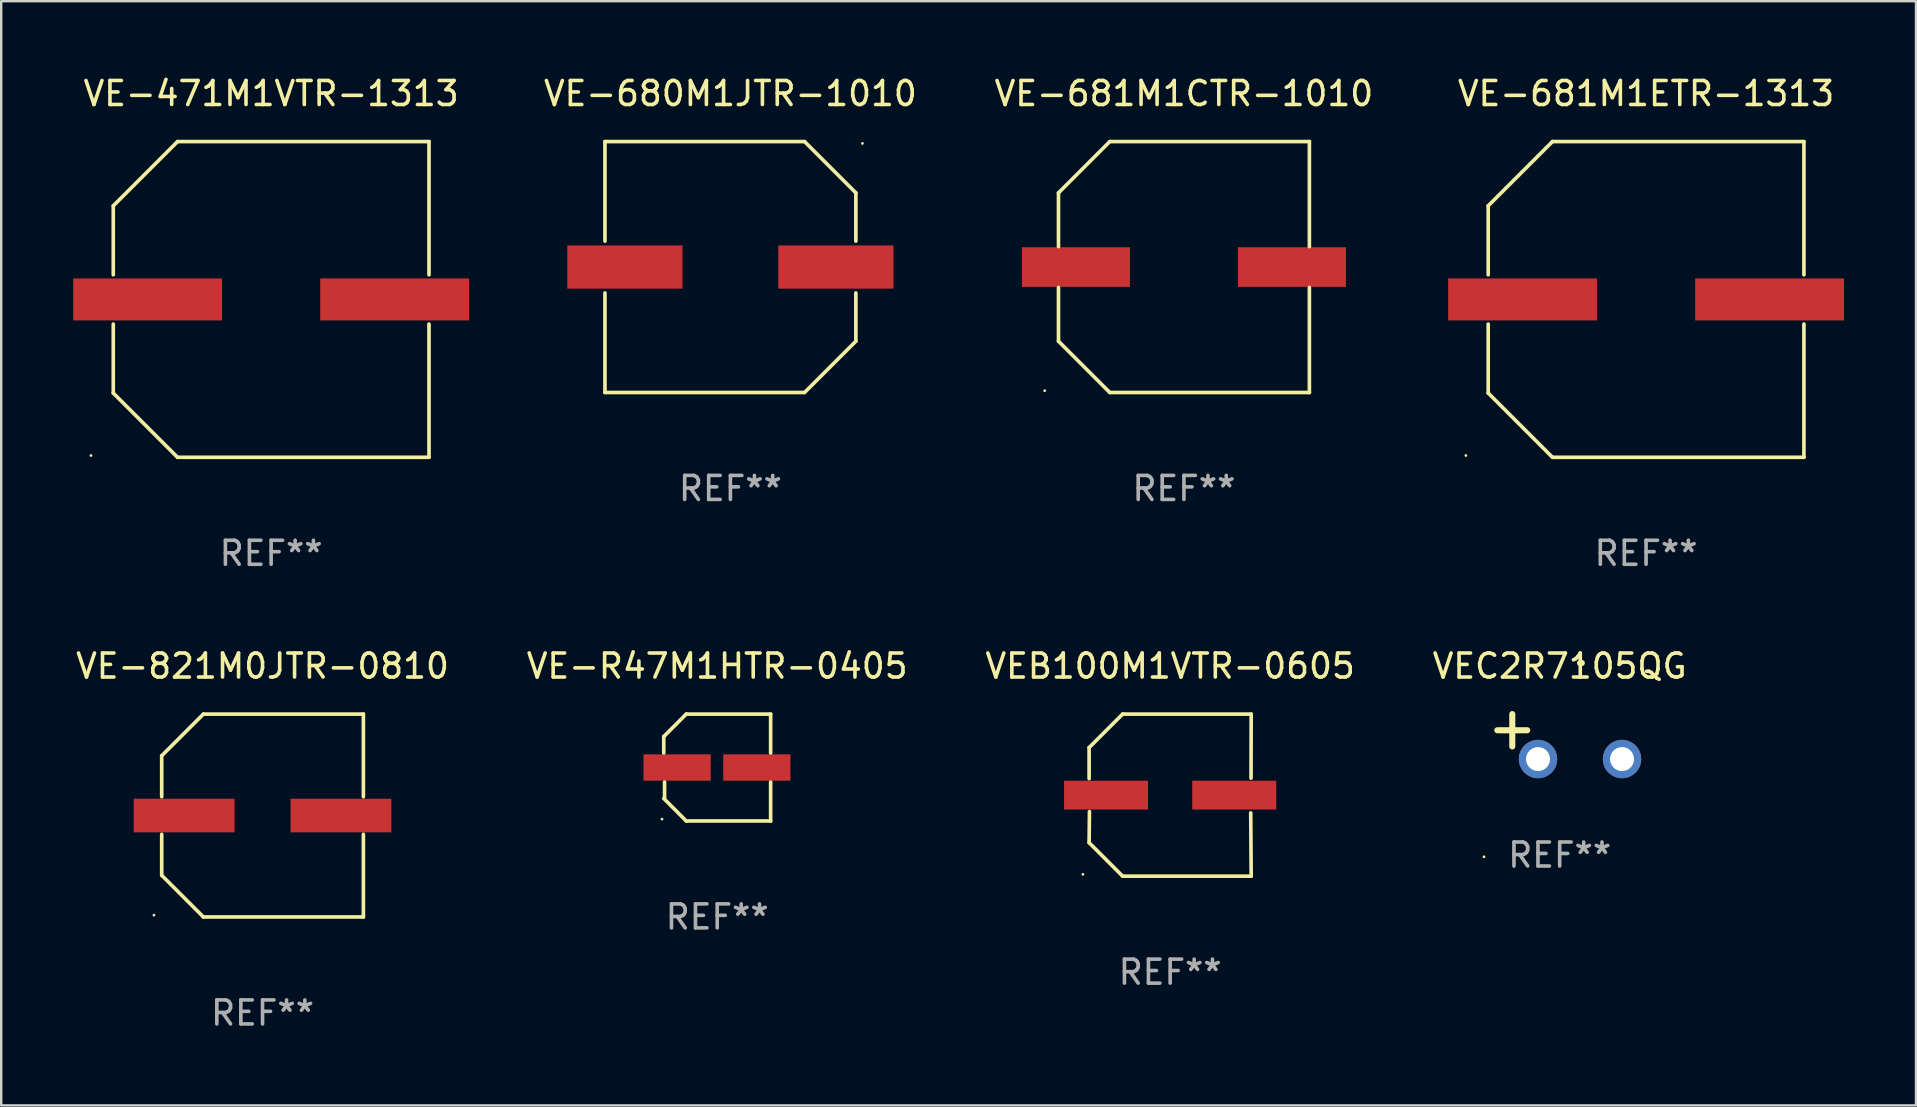
<source format=kicad_pcb>
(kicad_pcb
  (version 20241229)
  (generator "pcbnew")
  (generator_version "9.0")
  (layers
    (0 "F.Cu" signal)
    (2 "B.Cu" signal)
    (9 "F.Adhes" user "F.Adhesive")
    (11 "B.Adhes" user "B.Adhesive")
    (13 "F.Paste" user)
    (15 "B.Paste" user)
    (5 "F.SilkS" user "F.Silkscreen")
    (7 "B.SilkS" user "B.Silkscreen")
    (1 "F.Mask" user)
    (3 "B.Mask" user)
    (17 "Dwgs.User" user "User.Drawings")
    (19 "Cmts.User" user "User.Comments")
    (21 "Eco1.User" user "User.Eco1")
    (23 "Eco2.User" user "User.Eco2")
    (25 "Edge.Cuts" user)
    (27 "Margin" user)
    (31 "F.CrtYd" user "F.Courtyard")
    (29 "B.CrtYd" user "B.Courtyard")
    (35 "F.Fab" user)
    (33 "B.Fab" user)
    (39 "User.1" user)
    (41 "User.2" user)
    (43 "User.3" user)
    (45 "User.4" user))
  (footprint "VE-681M1CTR-1010"
    (layer "F.Cu")
    (at 46.27 8.074)
    (property "Reference" "VE-681M1CTR-1010" (at 0 -7.226 0) (layer "F.SilkS") (effects (font (size 1 1) (thickness 0.15))))
    (attr through_hole)
    (fp_line (start -5.226 -3.09) (end -5.226 -0.852) (stroke (width 0.152) (type solid)) (layer "F.SilkS"))
    (fp_line (start -5.226 3.09) (end -5.226 0.852) (stroke (width 0.152) (type solid)) (layer "F.SilkS"))
    (fp_line (start -3.09 -5.226) (end -5.226 -3.09) (stroke (width 0.152) (type solid)) (layer "F.SilkS"))
    (fp_line (start -3.09 5.226) (end -5.226 3.09) (stroke (width 0.152) (type solid)) (layer "F.SilkS"))
    (fp_line (start 5.226 -5.226) (end -3.09 -5.226) (stroke (width 0.152) (type solid)) (layer "F.SilkS"))
    (fp_line (start 5.226 -0.852) (end 5.226 -5.226) (stroke (width 0.152) (type solid)) (layer "F.SilkS"))
    (fp_line (start 5.226 0.852) (end 5.226 5.226) (stroke (width 0.152) (type solid)) (layer "F.SilkS"))
    (fp_line (start 5.226 5.226) (end -3.09 5.226) (stroke (width 0.152) (type solid)) (layer "F.SilkS"))
    (fp_circle (center -5.8 5.15) (end -5.77 5.15) (stroke (width 0.06) (type solid)) (fill no) (layer "F.SilkS"))
    (fp_text user "REF**" (at 0 9.226 0) (layer "F.Fab") (effects (font (size 1 1) (thickness 0.15))))
    (pad "1" smd rect (at -4.5 0) (size 4.5 1.65) (layers "F.Cu" "F.Mask" "F.Paste"))
    (pad "2" smd rect (at 4.5 0) (size 4.5 1.65) (layers "F.Cu" "F.Mask" "F.Paste")))
  (footprint "VEC2R7105QG"
    (layer "F.Cu")
    (at 61.923 27.634)
    (property "Reference" "VEC2R7105QG" (at 0 -2.937 0) (layer "F.SilkS") (effects (font (size 1 1) (thickness 0.15))))
    (attr through_hole)
    (fp_line (start -1.975 0.41) (end -1.975 -0.937) (stroke (width 0.254) (type solid)) (layer "F.SilkS"))
    (fp_line (start -1.353 -0.263) (end -2.597 -0.263) (stroke (width 0.254) (type solid)) (layer "F.SilkS"))
    (fp_arc (start 0.849809 -3.063957) (mid 0.885369 -3.064114) (end 0.920929 -3.063957) (stroke (width 0.254001) (type solid)) (layer "F.SilkS"))
    (fp_circle (center -3.154 5.008) (end -3.124 5.008) (stroke (width 0.06) (type solid)) (fill no) (layer "F.SilkS"))
    (fp_text user "REF**" (at 0 4.937 0) (layer "F.Fab") (effects (font (size 1 1) (thickness 0.15))))
    (pad "1" thru_hole circle (at -0.903 0.937) (size 1.6 1.6) (drill 1) (layers "*.Cu" "*.Mask"))
    (pad "2" thru_hole circle (at 2.597 0.937) (size 1.6 1.6) (drill 1) (layers "*.Cu" "*.Mask")))
  (footprint "VE-681M1ETR-1313"
    (layer "F.Cu")
    (at 65.521 9.424)
    (property "Reference" "VE-681M1ETR-1313" (at 0 -8.576 0) (layer "F.SilkS") (effects (font (size 1 1) (thickness 0.15))))
    (attr through_hole)
    (fp_line (start -6.576 -3.9) (end -6.576 -1.027) (stroke (width 0.152) (type solid)) (layer "F.SilkS"))
    (fp_line (start -6.576 3.9) (end -6.576 1.027) (stroke (width 0.152) (type solid)) (layer "F.SilkS"))
    (fp_line (start -3.9 -6.576) (end -6.576 -3.9) (stroke (width 0.152) (type solid)) (layer "F.SilkS"))
    (fp_line (start -3.9 6.576) (end -6.576 3.9) (stroke (width 0.152) (type solid)) (layer "F.SilkS"))
    (fp_line (start 6.576 -6.576) (end -3.9 -6.576) (stroke (width 0.152) (type solid)) (layer "F.SilkS"))
    (fp_line (start 6.576 -1.027) (end 6.576 -6.576) (stroke (width 0.152) (type solid)) (layer "F.SilkS"))
    (fp_line (start 6.576 1.027) (end 6.576 6.576) (stroke (width 0.152) (type solid)) (layer "F.SilkS"))
    (fp_line (start 6.576 6.576) (end -3.9 6.576) (stroke (width 0.152) (type solid)) (layer "F.SilkS"))
    (fp_circle (center -7.506 6.5) (end -7.476 6.5) (stroke (width 0.06) (type solid)) (fill no) (layer "F.SilkS"))
    (fp_text user "REF**" (at 0 10.576 0) (layer "F.Fab") (effects (font (size 1 1) (thickness 0.15))))
    (pad "1" smd rect (at -5.145 0) (size 6.2 1.75) (layers "F.Cu" "F.Mask" "F.Paste"))
    (pad "2" smd rect (at 5.145 0) (size 6.2 1.75) (layers "F.Cu" "F.Mask" "F.Paste")))
  (footprint "VEB100M1VTR-0605"
    (layer "F.Cu")
    (at 45.696 30.073)
    (property "Reference" "VEB100M1VTR-0605" (at 0 -5.376 0) (layer "F.SilkS") (effects (font (size 1 1) (thickness 0.15))))
    (attr through_hole)
    (fp_line (start -3.376 -1.98) (end -3.376 -0.686) (stroke (width 0.152) (type solid)) (layer "F.SilkS"))
    (fp_line (start -3.376 1.981) (end -3.362 0.686) (stroke (width 0.152) (type solid)) (layer "F.SilkS"))
    (fp_line (start -1.981 3.376) (end -3.376 1.981) (stroke (width 0.152) (type solid)) (layer "F.SilkS"))
    (fp_line (start -1.98 -3.376) (end -3.376 -1.98) (stroke (width 0.152) (type solid)) (layer "F.SilkS"))
    (fp_line (start 3.356 0.74) (end 3.376 3.376) (stroke (width 0.152) (type solid)) (layer "F.SilkS"))
    (fp_line (start 3.369 -0.707) (end 3.376 -3.376) (stroke (width 0.152) (type solid)) (layer "F.SilkS"))
    (fp_line (start 3.376 3.376) (end -1.981 3.376) (stroke (width 0.152) (type solid)) (layer "F.SilkS"))
    (fp_line (start 3.376 -3.376) (end -1.98 -3.376) (stroke (width 0.152) (type solid)) (layer "F.SilkS"))
    (fp_circle (center -3.634 3.3) (end -3.604 3.3) (stroke (width 0.06) (type solid)) (fill no) (layer "F.SilkS"))
    (fp_text user "REF**" (at 0 7.376 0) (layer "F.Fab") (effects (font (size 1 1) (thickness 0.15))))
    (pad "1" smd rect (at -2.67 0.000254) (size 3.5 1.2) (layers "F.Cu" "F.Mask" "F.Paste"))
    (pad "2" smd rect (at 2.67 0.000254) (size 3.5 1.2) (layers "F.Cu" "F.Mask" "F.Paste")))
  (footprint "VE-R47M1HTR-0405"
    (layer "F.Cu")
    (at 26.827 28.923)
    (property "Reference" "VE-R47M1HTR-0405" (at 0 -4.226 0) (layer "F.SilkS") (effects (font (size 1 1) (thickness 0.15))))
    (attr through_hole)
    (fp_line (start -2.226 -1.29) (end -2.226 -0.607) (stroke (width 0.152) (type solid)) (layer "F.SilkS"))
    (fp_line (start -2.193 1.29) (end -2.193 0.607) (stroke (width 0.152) (type solid)) (layer "F.SilkS"))
    (fp_line (start -1.29 2.226) (end -2.226 1.29) (stroke (width 0.152) (type solid)) (layer "F.SilkS"))
    (fp_line (start -1.29 -2.226) (end -2.226 -1.29) (stroke (width 0.152) (type solid)) (layer "F.SilkS"))
    (fp_line (start 2.226 -2.226) (end -1.29 -2.226) (stroke (width 0.152) (type solid)) (layer "F.SilkS"))
    (fp_line (start 2.226 -0.607) (end 2.226 -2.226) (stroke (width 0.152) (type solid)) (layer "F.SilkS"))
    (fp_line (start 2.226 0.607) (end 2.226 2.226) (stroke (width 0.152) (type solid)) (layer "F.SilkS"))
    (fp_line (start 2.226 2.226) (end -1.29 2.226) (stroke (width 0.152) (type solid)) (layer "F.SilkS"))
    (fp_circle (center -2.3 2.15) (end -2.27 2.15) (stroke (width 0.06) (type solid)) (fill no) (layer "F.SilkS"))
    (fp_text user "REF**" (at 0 6.226 0) (layer "F.Fab") (effects (font (size 1 1) (thickness 0.15))))
    (pad "1" smd rect (at -1.67 -0.000025) (size 2.8 1.1) (layers "F.Cu" "F.Mask" "F.Paste"))
    (pad "2" smd rect (at 1.651 -0.000025) (size 2.8 1.1) (layers "F.Cu" "F.Mask" "F.Paste")))
  (footprint "VE-680M1JTR-1010"
    (layer "F.Cu")
    (at 27.377 8.074)
    (property "Reference" "VE-680M1JTR-1010" (at 0 -7.226 0) (layer "F.SilkS") (effects (font (size 1 1) (thickness 0.15))))
    (attr through_hole)
    (fp_line (start -5.226 -5.226) (end -5.226 -1.08) (stroke (width 0.152) (type solid)) (layer "F.SilkS"))
    (fp_line (start -5.226 -5.226) (end 3.09 -5.226) (stroke (width 0.152) (type solid)) (layer "F.SilkS"))
    (fp_line (start -5.226 1.08) (end -5.226 5.226) (stroke (width 0.152) (type solid)) (layer "F.SilkS"))
    (fp_line (start -5.226 5.226) (end 3.09 5.226) (stroke (width 0.152) (type solid)) (layer "F.SilkS"))
    (fp_line (start 3.09 -5.226) (end 5.226 -3.09) (stroke (width 0.152) (type solid)) (layer "F.SilkS"))
    (fp_line (start 3.09 5.226) (end 5.226 3.09) (stroke (width 0.152) (type solid)) (layer "F.SilkS"))
    (fp_line (start 5.226 -1.08) (end 5.226 -3.09) (stroke (width 0.152) (type solid)) (layer "F.SilkS"))
    (fp_line (start 5.226 3.09) (end 5.226 1.08) (stroke (width 0.152) (type solid)) (layer "F.SilkS"))
    (fp_circle (center 5.5 -5.15) (end 5.53 -5.15) (stroke (width 0.06) (type solid)) (fill no) (layer "F.SilkS"))
    (fp_text user "REF**" (at 0 9.226 0) (layer "F.Fab") (effects (font (size 1 1) (thickness 0.15))))
    (pad "1" smd rect (at 4.395 0 180) (size 4.8 1.8) (layers "F.Cu" "F.Mask" "F.Paste"))
    (pad "2" smd rect (at -4.395 0 180) (size 4.8 1.8) (layers "F.Cu" "F.Mask" "F.Paste")))
  (footprint "VE-471M1VTR-1313"
    (layer "F.Cu")
    (at 8.245 9.424)
    (property "Reference" "VE-471M1VTR-1313" (at 0 -8.576 0) (layer "F.SilkS") (effects (font (size 1 1) (thickness 0.15))))
    (attr through_hole)
    (fp_line (start -6.576 -3.9) (end -6.576 -1.027) (stroke (width 0.152) (type solid)) (layer "F.SilkS"))
    (fp_line (start -6.576 3.9) (end -6.576 1.027) (stroke (width 0.152) (type solid)) (layer "F.SilkS"))
    (fp_line (start -3.9 -6.576) (end -6.576 -3.9) (stroke (width 0.152) (type solid)) (layer "F.SilkS"))
    (fp_line (start -3.9 6.576) (end -6.576 3.9) (stroke (width 0.152) (type solid)) (layer "F.SilkS"))
    (fp_line (start 6.576 -6.576) (end -3.9 -6.576) (stroke (width 0.152) (type solid)) (layer "F.SilkS"))
    (fp_line (start 6.576 -1.027) (end 6.576 -6.576) (stroke (width 0.152) (type solid)) (layer "F.SilkS"))
    (fp_line (start 6.576 1.027) (end 6.576 6.576) (stroke (width 0.152) (type solid)) (layer "F.SilkS"))
    (fp_line (start 6.576 6.576) (end -3.9 6.576) (stroke (width 0.152) (type solid)) (layer "F.SilkS"))
    (fp_circle (center -7.506 6.5) (end -7.476 6.5) (stroke (width 0.06) (type solid)) (fill no) (layer "F.SilkS"))
    (fp_text user "REF**" (at 0 10.576 0) (layer "F.Fab") (effects (font (size 1 1) (thickness 0.15))))
    (pad "1" smd rect (at -5.145 0) (size 6.2 1.75) (layers "F.Cu" "F.Mask" "F.Paste"))
    (pad "2" smd rect (at 5.145 0) (size 6.2 1.75) (layers "F.Cu" "F.Mask" "F.Paste")))
  (footprint "VE-821M0JTR-0810"
    (layer "F.Cu")
    (at 7.887 30.923)
    (property "Reference" "VE-821M0JTR-0810" (at 0 -6.226 0) (layer "F.SilkS") (effects (font (size 1 1) (thickness 0.15))))
    (attr through_hole)
    (fp_line (start -4.201 -2.49) (end -4.201 -0.782) (stroke (width 0.152) (type solid)) (layer "F.SilkS"))
    (fp_line (start -4.201 2.49) (end -4.201 0.782) (stroke (width 0.152) (type solid)) (layer "F.SilkS"))
    (fp_line (start -2.465 -4.226) (end -4.201 -2.49) (stroke (width 0.152) (type solid)) (layer "F.SilkS"))
    (fp_line (start -2.465 4.226) (end -4.201 2.49) (stroke (width 0.152) (type solid)) (layer "F.SilkS"))
    (fp_line (start 4.201 -4.226) (end -2.465 -4.226) (stroke (width 0.152) (type solid)) (layer "F.SilkS"))
    (fp_line (start 4.201 -0.782) (end 4.201 -4.226) (stroke (width 0.152) (type solid)) (layer "F.SilkS"))
    (fp_line (start 4.201 0.782) (end 4.201 4.226) (stroke (width 0.152) (type solid)) (layer "F.SilkS"))
    (fp_line (start 4.201 4.226) (end -2.465 4.226) (stroke (width 0.152) (type solid)) (layer "F.SilkS"))
    (fp_circle (center -4.524 4.15) (end -4.494 4.15) (stroke (width 0.06) (type solid)) (fill no) (layer "F.SilkS"))
    (fp_text user "REF**" (at 0 8.226 0) (layer "F.Fab") (effects (font (size 1 1) (thickness 0.15))))
    (pad "1" smd rect (at -3.267 0) (size 4.2 1.4) (layers "F.Cu" "F.Mask" "F.Paste"))
    (pad "2" smd rect (at 3.267 0) (size 4.2 1.4) (layers "F.Cu" "F.Mask" "F.Paste")))
  (gr_rect
    (start -3 -3)
    (end 76.766 42.998)
    (stroke (width 0.1) (type default))
    (fill no)
    (layer "Edge.Cuts")))
</source>
